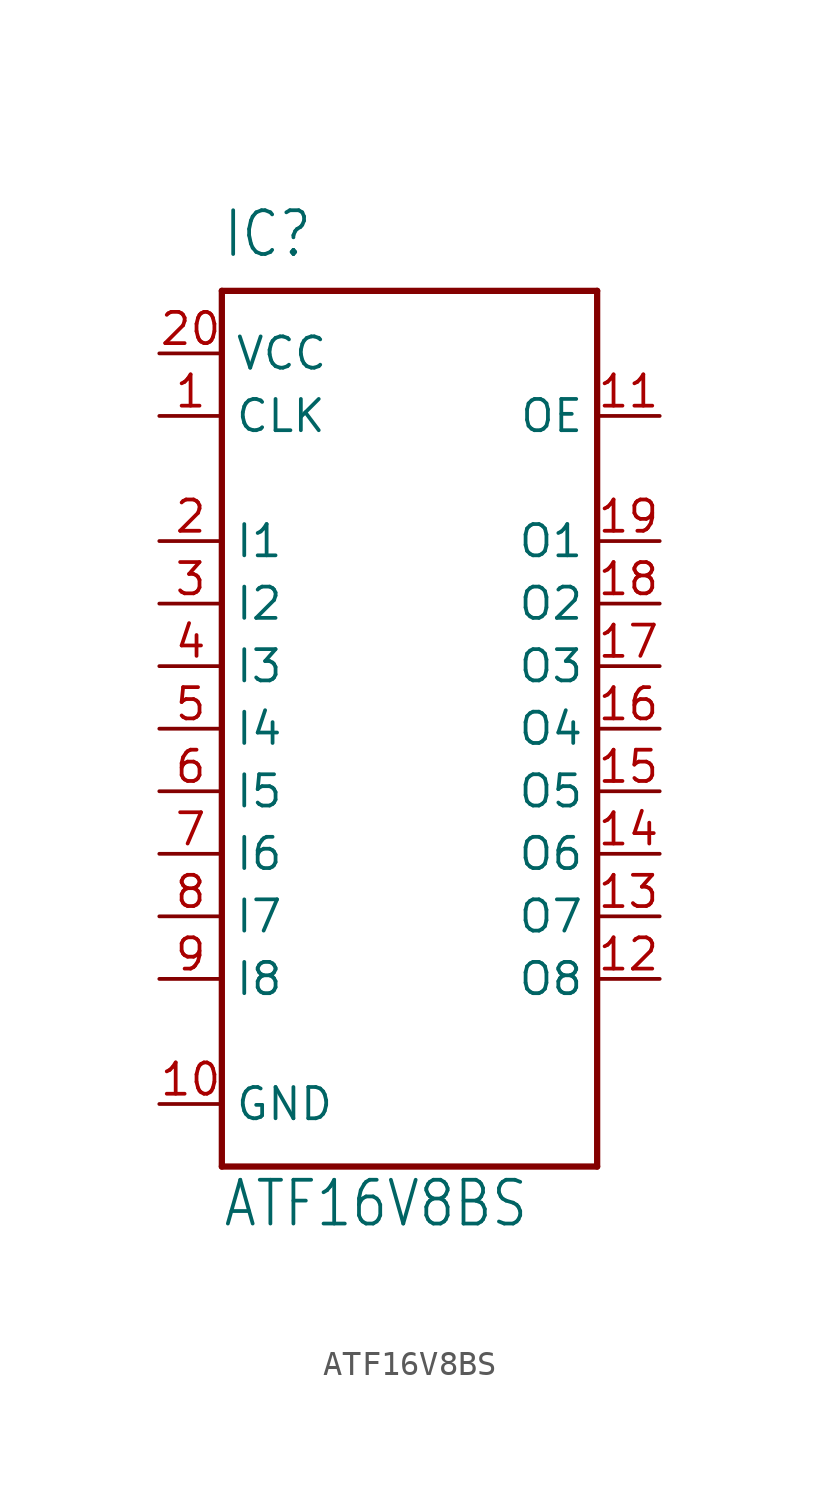
<source format=kicad_sym>
(kicad_symbol_lib
  (version 20211014)
  (generator kicad_symbol_editor)
  (symbol "ATF16V8BS"
    (property "Reference" "IC"
      (at -7.62 19.05 0)
      (effects (font (size 1.778 1.511)) (justify left bottom)))
    (property "Value" "ATF16V8BS"
      (at -7.62 -20.32 0)
      (effects (font (size 1.778 1.511)) (justify left bottom)))
    (property "ki_locked" ""
      (at 0 0 0)
      (effects (font (size 1.27 1.27))))
    (symbol "ATF16V8BS_1_0"
      (polyline (pts (xy -7.62 -17.78) (xy -7.62 17.78)) (stroke (width 0.254) (type default) (color 0 0 0 0)) (fill (type none)))
      (polyline (pts (xy -7.62 17.78) (xy 7.62 17.78)) (stroke (width 0.254) (type default) (color 0 0 0 0)) (fill (type none)))
      (polyline (pts (xy 7.62 -17.78) (xy -7.62 -17.78)) (stroke (width 0.254) (type default) (color 0 0 0 0)) (fill (type none)))
      (polyline (pts (xy 7.62 17.78) (xy 7.62 -17.78)) (stroke (width 0.254) (type default) (color 0 0 0 0)) (fill (type none)))
      (pin input line (at -10.16 12.7 0) (length 2.54) (name "CLK" (effects (font (size 1.27 1.27)))) (number "1" (effects (font (size 1.27 1.27)))))
      (pin power_in line (at -10.16 -15.24 0) (length 2.54) (name "GND" (effects (font (size 1.27 1.27)))) (number "10" (effects (font (size 1.27 1.27)))))
      (pin input line (at 10.16 12.7 180) (length 2.54) (name "OE" (effects (font (size 1.27 1.27)))) (number "11" (effects (font (size 1.27 1.27)))))
      (pin output line (at 10.16 -10.16 180) (length 2.54) (name "O8" (effects (font (size 1.27 1.27)))) (number "12" (effects (font (size 1.27 1.27)))))
      (pin output line (at 10.16 -7.62 180) (length 2.54) (name "O7" (effects (font (size 1.27 1.27)))) (number "13" (effects (font (size 1.27 1.27)))))
      (pin output line (at 10.16 -5.08 180) (length 2.54) (name "O6" (effects (font (size 1.27 1.27)))) (number "14" (effects (font (size 1.27 1.27)))))
      (pin output line (at 10.16 -2.54 180) (length 2.54) (name "O5" (effects (font (size 1.27 1.27)))) (number "15" (effects (font (size 1.27 1.27)))))
      (pin output line (at 10.16 0 180) (length 2.54) (name "O4" (effects (font (size 1.27 1.27)))) (number "16" (effects (font (size 1.27 1.27)))))
      (pin output line (at 10.16 2.54 180) (length 2.54) (name "O3" (effects (font (size 1.27 1.27)))) (number "17" (effects (font (size 1.27 1.27)))))
      (pin output line (at 10.16 5.08 180) (length 2.54) (name "O2" (effects (font (size 1.27 1.27)))) (number "18" (effects (font (size 1.27 1.27)))))
      (pin output line (at 10.16 7.62 180) (length 2.54) (name "O1" (effects (font (size 1.27 1.27)))) (number "19" (effects (font (size 1.27 1.27)))))
      (pin input line (at -10.16 7.62 0) (length 2.54) (name "I1" (effects (font (size 1.27 1.27)))) (number "2" (effects (font (size 1.27 1.27)))))
      (pin power_in line (at -10.16 15.24 0) (length 2.54) (name "VCC" (effects (font (size 1.27 1.27)))) (number "20" (effects (font (size 1.27 1.27)))))
      (pin input line (at -10.16 5.08 0) (length 2.54) (name "I2" (effects (font (size 1.27 1.27)))) (number "3" (effects (font (size 1.27 1.27)))))
      (pin input line (at -10.16 2.54 0) (length 2.54) (name "I3" (effects (font (size 1.27 1.27)))) (number "4" (effects (font (size 1.27 1.27)))))
      (pin input line (at -10.16 0 0) (length 2.54) (name "I4" (effects (font (size 1.27 1.27)))) (number "5" (effects (font (size 1.27 1.27)))))
      (pin input line (at -10.16 -2.54 0) (length 2.54) (name "I5" (effects (font (size 1.27 1.27)))) (number "6" (effects (font (size 1.27 1.27)))))
      (pin input line (at -10.16 -5.08 0) (length 2.54) (name "I6" (effects (font (size 1.27 1.27)))) (number "7" (effects (font (size 1.27 1.27)))))
      (pin input line (at -10.16 -7.62 0) (length 2.54) (name "I7" (effects (font (size 1.27 1.27)))) (number "8" (effects (font (size 1.27 1.27)))))
      (pin input line (at -10.16 -10.16 0) (length 2.54) (name "I8" (effects (font (size 1.27 1.27)))) (number "9" (effects (font (size 1.27 1.27))))))))
</source>
